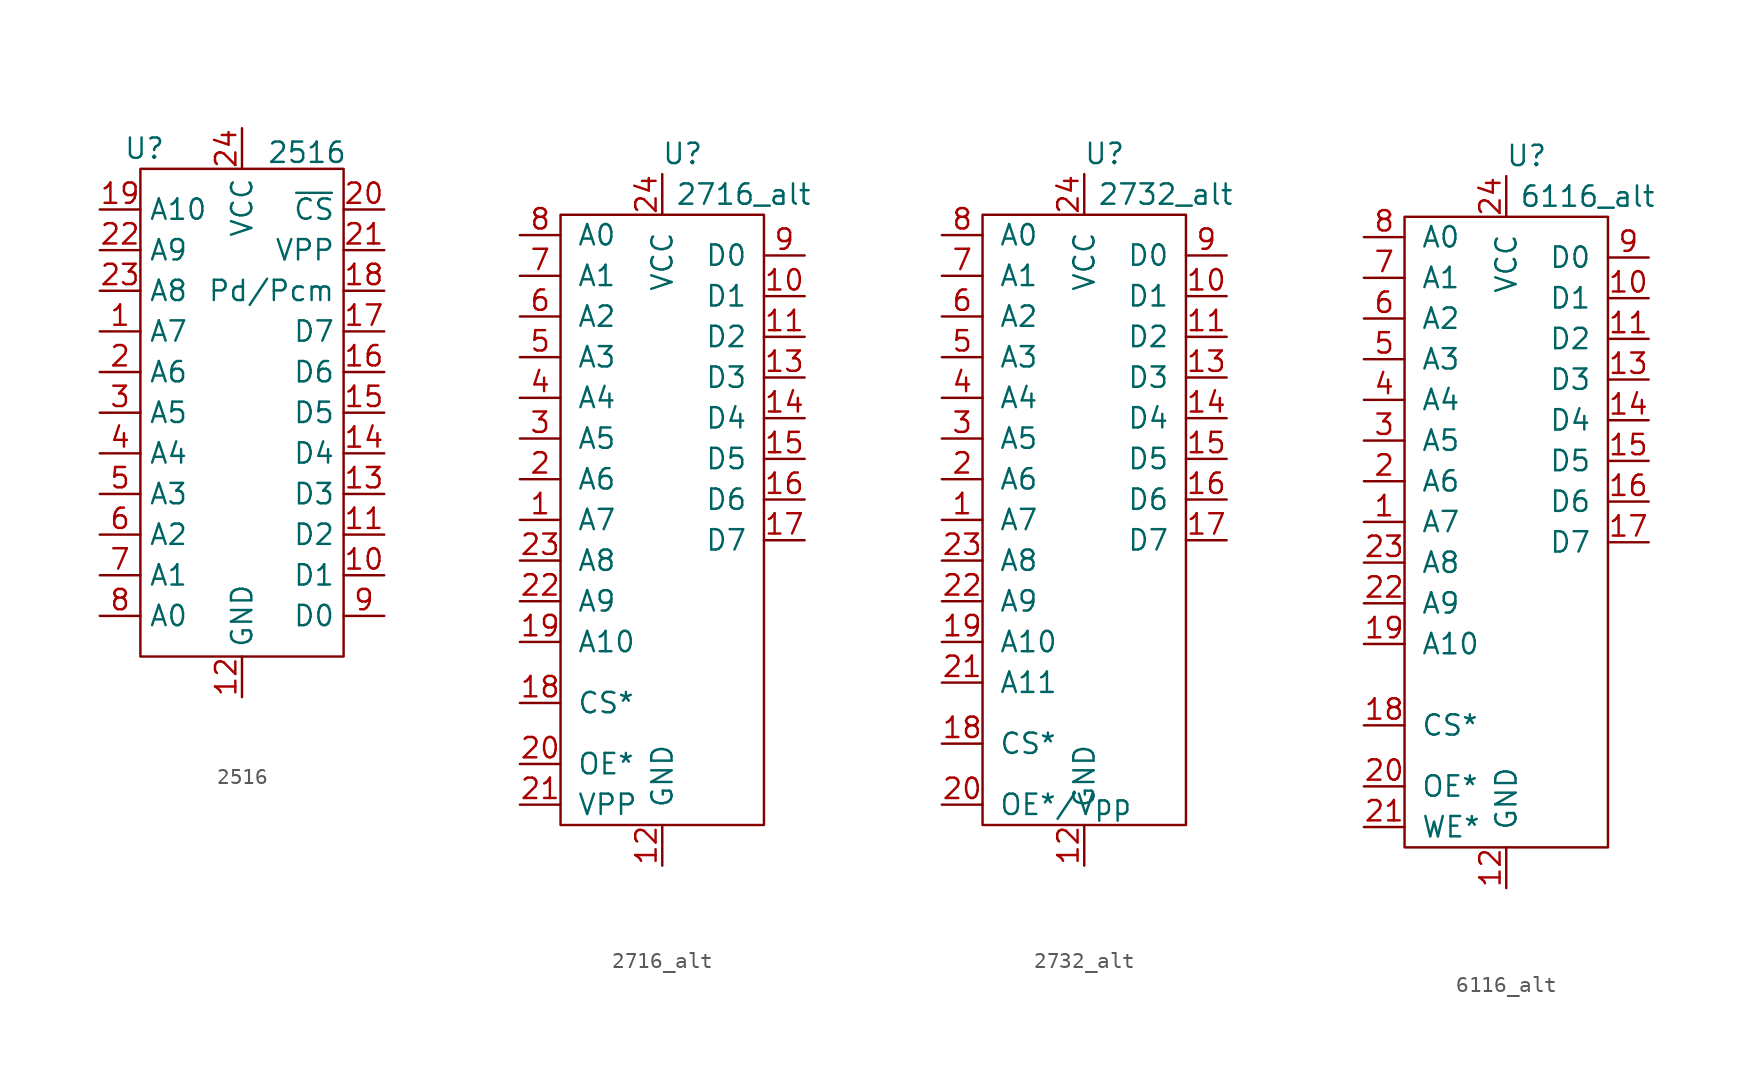
<source format=kicad_sym>
(kicad_symbol_lib
  (version 20231120)
  (generator "kicad_symbol_editor")
  (generator_version "8.0")
  (symbol "2516"
    (property "Reference" "U"
      (at -6.096 0 0)
      (effects (font (size 1.27 1.27))))
    (property "Value" "2516"
      (at 4.064 -0.254 0)
      (effects (font (size 1.27 1.27))))
    (symbol "2516_0_1"
      (rectangle (start -6.35 -1.27) (end 6.35 -31.75) (stroke (width 0) (type default)) (fill (type none))))
    (symbol "2516_1_1"
      (pin input line (at -8.89 -11.43 0) (length 2.54) (name "A7" (effects (font (size 1.27 1.27)))) (number "1" (effects (font (size 1.27 1.27)))))
      (pin bidirectional line (at 8.89 -26.67 180) (length 2.54) (name "D1" (effects (font (size 1.27 1.27)))) (number "10" (effects (font (size 1.27 1.27)))))
      (pin bidirectional line (at 8.89 -24.13 180) (length 2.54) (name "D2" (effects (font (size 1.27 1.27)))) (number "11" (effects (font (size 1.27 1.27)))))
      (pin power_in line (at 0 -34.29 90) (length 2.54) (name "GND" (effects (font (size 1.27 1.27)))) (number "12" (effects (font (size 1.27 1.27)))))
      (pin bidirectional line (at 8.89 -21.59 180) (length 2.54) (name "D3" (effects (font (size 1.27 1.27)))) (number "13" (effects (font (size 1.27 1.27)))))
      (pin bidirectional line (at 8.89 -19.05 180) (length 2.54) (name "D4" (effects (font (size 1.27 1.27)))) (number "14" (effects (font (size 1.27 1.27)))))
      (pin bidirectional line (at 8.89 -16.51 180) (length 2.54) (name "D5" (effects (font (size 1.27 1.27)))) (number "15" (effects (font (size 1.27 1.27)))))
      (pin bidirectional line (at 8.89 -13.97 180) (length 2.54) (name "D6" (effects (font (size 1.27 1.27)))) (number "16" (effects (font (size 1.27 1.27)))))
      (pin bidirectional line (at 8.89 -11.43 180) (length 2.54) (name "D7" (effects (font (size 1.27 1.27)))) (number "17" (effects (font (size 1.27 1.27)))))
      (pin input line (at 8.89 -8.89 180) (length 2.54) (name "Pd/Pcm" (effects (font (size 1.27 1.27)))) (number "18" (effects (font (size 1.27 1.27)))))
      (pin input line (at -8.89 -3.81 0) (length 2.54) (name "A10" (effects (font (size 1.27 1.27)))) (number "19" (effects (font (size 1.27 1.27)))))
      (pin input line (at -8.89 -13.97 0) (length 2.54) (name "A6" (effects (font (size 1.27 1.27)))) (number "2" (effects (font (size 1.27 1.27)))))
      (pin input line (at 8.89 -3.81 180) (length 2.54) (name "~{CS}" (effects (font (size 1.27 1.27)))) (number "20" (effects (font (size 1.27 1.27)))))
      (pin input line (at 8.89 -6.35 180) (length 2.54) (name "VPP" (effects (font (size 1.27 1.27)))) (number "21" (effects (font (size 1.27 1.27)))))
      (pin input line (at -8.89 -6.35 0) (length 2.54) (name "A9" (effects (font (size 1.27 1.27)))) (number "22" (effects (font (size 1.27 1.27)))))
      (pin input line (at -8.89 -8.89 0) (length 2.54) (name "A8" (effects (font (size 1.27 1.27)))) (number "23" (effects (font (size 1.27 1.27)))))
      (pin power_in line (at 0 1.27 270) (length 2.54) (name "VCC" (effects (font (size 1.27 1.27)))) (number "24" (effects (font (size 1.27 1.27)))))
      (pin input line (at -8.89 -16.51 0) (length 2.54) (name "A5" (effects (font (size 1.27 1.27)))) (number "3" (effects (font (size 1.27 1.27)))))
      (pin input line (at -8.89 -19.05 0) (length 2.54) (name "A4" (effects (font (size 1.27 1.27)))) (number "4" (effects (font (size 1.27 1.27)))))
      (pin input line (at -8.89 -21.59 0) (length 2.54) (name "A3" (effects (font (size 1.27 1.27)))) (number "5" (effects (font (size 1.27 1.27)))))
      (pin input line (at -8.89 -24.13 0) (length 2.54) (name "A2" (effects (font (size 1.27 1.27)))) (number "6" (effects (font (size 1.27 1.27)))))
      (pin input line (at -8.89 -26.67 0) (length 2.54) (name "A1" (effects (font (size 1.27 1.27)))) (number "7" (effects (font (size 1.27 1.27)))))
      (pin input line (at -8.89 -29.21 0) (length 2.54) (name "A0" (effects (font (size 1.27 1.27)))) (number "8" (effects (font (size 1.27 1.27)))))
      (pin bidirectional line (at 8.89 -29.21 180) (length 2.54) (name "D0" (effects (font (size 1.27 1.27)))) (number "9" (effects (font (size 1.27 1.27)))))))
  (symbol "2716_alt"
    (pin_names
      (offset 1.016))
    (property "Reference" "U"
      (at 1.27 2.54 0)
      (effects (font (size 1.27 1.27))))
    (property "Value" "2716_alt"
      (at 5.08 0 0)
      (effects (font (size 1.27 1.27))))
    (symbol "2716_alt_0_1"
      (rectangle (start -6.35 -1.27) (end 6.35 -39.37) (stroke (width 0) (type default)) (fill (type none))))
    (symbol "2716_alt_1_1"
      (pin input line (at -8.89 -20.32 0) (length 2.54) (name "A7" (effects (font (size 1.27 1.27)))) (number "1" (effects (font (size 1.27 1.27)))))
      (pin bidirectional line (at 8.89 -6.35 180) (length 2.54) (name "D1" (effects (font (size 1.27 1.27)))) (number "10" (effects (font (size 1.27 1.27)))))
      (pin bidirectional line (at 8.89 -8.89 180) (length 2.54) (name "D2" (effects (font (size 1.27 1.27)))) (number "11" (effects (font (size 1.27 1.27)))))
      (pin power_in line (at 0 -41.91 90) (length 2.54) (name "GND" (effects (font (size 1.27 1.27)))) (number "12" (effects (font (size 1.27 1.27)))))
      (pin bidirectional line (at 8.89 -11.43 180) (length 2.54) (name "D3" (effects (font (size 1.27 1.27)))) (number "13" (effects (font (size 1.27 1.27)))))
      (pin bidirectional line (at 8.89 -13.97 180) (length 2.54) (name "D4" (effects (font (size 1.27 1.27)))) (number "14" (effects (font (size 1.27 1.27)))))
      (pin bidirectional line (at 8.89 -16.51 180) (length 2.54) (name "D5" (effects (font (size 1.27 1.27)))) (number "15" (effects (font (size 1.27 1.27)))))
      (pin bidirectional line (at 8.89 -19.05 180) (length 2.54) (name "D6" (effects (font (size 1.27 1.27)))) (number "16" (effects (font (size 1.27 1.27)))))
      (pin bidirectional line (at 8.89 -21.59 180) (length 2.54) (name "D7" (effects (font (size 1.27 1.27)))) (number "17" (effects (font (size 1.27 1.27)))))
      (pin input line (at -8.89 -31.75 0) (length 2.54) (name "CS*" (effects (font (size 1.27 1.27)))) (number "18" (effects (font (size 1.27 1.27)))))
      (pin input line (at -8.89 -27.94 0) (length 2.54) (name "A10" (effects (font (size 1.27 1.27)))) (number "19" (effects (font (size 1.27 1.27)))))
      (pin input line (at -8.89 -17.78 0) (length 2.54) (name "A6" (effects (font (size 1.27 1.27)))) (number "2" (effects (font (size 1.27 1.27)))))
      (pin input line (at -8.89 -35.56 0) (length 2.54) (name "OE*" (effects (font (size 1.27 1.27)))) (number "20" (effects (font (size 1.27 1.27)))))
      (pin input line (at -8.89 -38.1 0) (length 2.54) (name "VPP" (effects (font (size 1.27 1.27)))) (number "21" (effects (font (size 1.27 1.27)))))
      (pin input line (at -8.89 -25.4 0) (length 2.54) (name "A9" (effects (font (size 1.27 1.27)))) (number "22" (effects (font (size 1.27 1.27)))))
      (pin input line (at -8.89 -22.86 0) (length 2.54) (name "A8" (effects (font (size 1.27 1.27)))) (number "23" (effects (font (size 1.27 1.27)))))
      (pin power_in line (at 0 1.27 270) (length 2.54) (name "VCC" (effects (font (size 1.27 1.27)))) (number "24" (effects (font (size 1.27 1.27)))))
      (pin input line (at -8.89 -15.24 0) (length 2.54) (name "A5" (effects (font (size 1.27 1.27)))) (number "3" (effects (font (size 1.27 1.27)))))
      (pin input line (at -8.89 -12.7 0) (length 2.54) (name "A4" (effects (font (size 1.27 1.27)))) (number "4" (effects (font (size 1.27 1.27)))))
      (pin input line (at -8.89 -10.16 0) (length 2.54) (name "A3" (effects (font (size 1.27 1.27)))) (number "5" (effects (font (size 1.27 1.27)))))
      (pin input line (at -8.89 -7.62 0) (length 2.54) (name "A2" (effects (font (size 1.27 1.27)))) (number "6" (effects (font (size 1.27 1.27)))))
      (pin input line (at -8.89 -5.08 0) (length 2.54) (name "A1" (effects (font (size 1.27 1.27)))) (number "7" (effects (font (size 1.27 1.27)))))
      (pin input line (at -8.89 -2.54 0) (length 2.54) (name "A0" (effects (font (size 1.27 1.27)))) (number "8" (effects (font (size 1.27 1.27)))))
      (pin bidirectional line (at 8.89 -3.81 180) (length 2.54) (name "D0" (effects (font (size 1.27 1.27)))) (number "9" (effects (font (size 1.27 1.27)))))))
  (symbol "2732_alt"
    (pin_names
      (offset 1.016))
    (property "Reference" "U"
      (at 1.27 2.54 0)
      (effects (font (size 1.27 1.27))))
    (property "Value" "2732_alt"
      (at 5.08 0 0)
      (effects (font (size 1.27 1.27))))
    (symbol "2732_alt_0_1"
      (rectangle (start -6.35 -1.27) (end 6.35 -39.37) (stroke (width 0) (type default)) (fill (type none))))
    (symbol "2732_alt_1_1"
      (pin input line (at -8.89 -20.32 0) (length 2.54) (name "A7" (effects (font (size 1.27 1.27)))) (number "1" (effects (font (size 1.27 1.27)))))
      (pin bidirectional line (at 8.89 -6.35 180) (length 2.54) (name "D1" (effects (font (size 1.27 1.27)))) (number "10" (effects (font (size 1.27 1.27)))))
      (pin bidirectional line (at 8.89 -8.89 180) (length 2.54) (name "D2" (effects (font (size 1.27 1.27)))) (number "11" (effects (font (size 1.27 1.27)))))
      (pin power_in line (at 0 -41.91 90) (length 2.54) (name "GND" (effects (font (size 1.27 1.27)))) (number "12" (effects (font (size 1.27 1.27)))))
      (pin bidirectional line (at 8.89 -11.43 180) (length 2.54) (name "D3" (effects (font (size 1.27 1.27)))) (number "13" (effects (font (size 1.27 1.27)))))
      (pin bidirectional line (at 8.89 -13.97 180) (length 2.54) (name "D4" (effects (font (size 1.27 1.27)))) (number "14" (effects (font (size 1.27 1.27)))))
      (pin bidirectional line (at 8.89 -16.51 180) (length 2.54) (name "D5" (effects (font (size 1.27 1.27)))) (number "15" (effects (font (size 1.27 1.27)))))
      (pin bidirectional line (at 8.89 -19.05 180) (length 2.54) (name "D6" (effects (font (size 1.27 1.27)))) (number "16" (effects (font (size 1.27 1.27)))))
      (pin bidirectional line (at 8.89 -21.59 180) (length 2.54) (name "D7" (effects (font (size 1.27 1.27)))) (number "17" (effects (font (size 1.27 1.27)))))
      (pin input line (at -8.89 -34.29 0) (length 2.54) (name "CS*" (effects (font (size 1.27 1.27)))) (number "18" (effects (font (size 1.27 1.27)))))
      (pin input line (at -8.89 -27.94 0) (length 2.54) (name "A10" (effects (font (size 1.27 1.27)))) (number "19" (effects (font (size 1.27 1.27)))))
      (pin input line (at -8.89 -17.78 0) (length 2.54) (name "A6" (effects (font (size 1.27 1.27)))) (number "2" (effects (font (size 1.27 1.27)))))
      (pin input line (at -8.89 -38.1 0) (length 2.54) (name "OE*/Vpp" (effects (font (size 1.27 1.27)))) (number "20" (effects (font (size 1.27 1.27)))))
      (pin input line (at -8.89 -30.48 0) (length 2.54) (name "A11" (effects (font (size 1.27 1.27)))) (number "21" (effects (font (size 1.27 1.27)))))
      (pin input line (at -8.89 -25.4 0) (length 2.54) (name "A9" (effects (font (size 1.27 1.27)))) (number "22" (effects (font (size 1.27 1.27)))))
      (pin input line (at -8.89 -22.86 0) (length 2.54) (name "A8" (effects (font (size 1.27 1.27)))) (number "23" (effects (font (size 1.27 1.27)))))
      (pin power_in line (at 0 1.27 270) (length 2.54) (name "VCC" (effects (font (size 1.27 1.27)))) (number "24" (effects (font (size 1.27 1.27)))))
      (pin input line (at -8.89 -15.24 0) (length 2.54) (name "A5" (effects (font (size 1.27 1.27)))) (number "3" (effects (font (size 1.27 1.27)))))
      (pin input line (at -8.89 -12.7 0) (length 2.54) (name "A4" (effects (font (size 1.27 1.27)))) (number "4" (effects (font (size 1.27 1.27)))))
      (pin input line (at -8.89 -10.16 0) (length 2.54) (name "A3" (effects (font (size 1.27 1.27)))) (number "5" (effects (font (size 1.27 1.27)))))
      (pin input line (at -8.89 -7.62 0) (length 2.54) (name "A2" (effects (font (size 1.27 1.27)))) (number "6" (effects (font (size 1.27 1.27)))))
      (pin input line (at -8.89 -5.08 0) (length 2.54) (name "A1" (effects (font (size 1.27 1.27)))) (number "7" (effects (font (size 1.27 1.27)))))
      (pin input line (at -8.89 -2.54 0) (length 2.54) (name "A0" (effects (font (size 1.27 1.27)))) (number "8" (effects (font (size 1.27 1.27)))))
      (pin bidirectional line (at 8.89 -3.81 180) (length 2.54) (name "D0" (effects (font (size 1.27 1.27)))) (number "9" (effects (font (size 1.27 1.27)))))))
  (symbol "6116_alt"
    (pin_names
      (offset 1.016))
    (property "Reference" "U"
      (at 1.27 2.54 0)
      (effects (font (size 1.27 1.27))))
    (property "Value" "6116_alt"
      (at 5.08 0 0)
      (effects (font (size 1.27 1.27))))
    (symbol "6116_alt_0_1"
      (rectangle (start -6.35 -1.27) (end 6.35 -40.64) (stroke (width 0) (type default)) (fill (type none))))
    (symbol "6116_alt_1_1"
      (pin input line (at -8.89 -20.32 0) (length 2.54) (name "A7" (effects (font (size 1.27 1.27)))) (number "1" (effects (font (size 1.27 1.27)))))
      (pin bidirectional line (at 8.89 -6.35 180) (length 2.54) (name "D1" (effects (font (size 1.27 1.27)))) (number "10" (effects (font (size 1.27 1.27)))))
      (pin bidirectional line (at 8.89 -8.89 180) (length 2.54) (name "D2" (effects (font (size 1.27 1.27)))) (number "11" (effects (font (size 1.27 1.27)))))
      (pin power_in line (at 0 -43.18 90) (length 2.54) (name "GND" (effects (font (size 1.27 1.27)))) (number "12" (effects (font (size 1.27 1.27)))))
      (pin bidirectional line (at 8.89 -11.43 180) (length 2.54) (name "D3" (effects (font (size 1.27 1.27)))) (number "13" (effects (font (size 1.27 1.27)))))
      (pin bidirectional line (at 8.89 -13.97 180) (length 2.54) (name "D4" (effects (font (size 1.27 1.27)))) (number "14" (effects (font (size 1.27 1.27)))))
      (pin bidirectional line (at 8.89 -16.51 180) (length 2.54) (name "D5" (effects (font (size 1.27 1.27)))) (number "15" (effects (font (size 1.27 1.27)))))
      (pin bidirectional line (at 8.89 -19.05 180) (length 2.54) (name "D6" (effects (font (size 1.27 1.27)))) (number "16" (effects (font (size 1.27 1.27)))))
      (pin bidirectional line (at 8.89 -21.59 180) (length 2.54) (name "D7" (effects (font (size 1.27 1.27)))) (number "17" (effects (font (size 1.27 1.27)))))
      (pin input line (at -8.89 -33.02 0) (length 2.54) (name "CS*" (effects (font (size 1.27 1.27)))) (number "18" (effects (font (size 1.27 1.27)))))
      (pin input line (at -8.89 -27.94 0) (length 2.54) (name "A10" (effects (font (size 1.27 1.27)))) (number "19" (effects (font (size 1.27 1.27)))))
      (pin input line (at -8.89 -17.78 0) (length 2.54) (name "A6" (effects (font (size 1.27 1.27)))) (number "2" (effects (font (size 1.27 1.27)))))
      (pin input line (at -8.89 -36.83 0) (length 2.54) (name "OE*" (effects (font (size 1.27 1.27)))) (number "20" (effects (font (size 1.27 1.27)))))
      (pin input line (at -8.89 -39.37 0) (length 2.54) (name "WE*" (effects (font (size 1.27 1.27)))) (number "21" (effects (font (size 1.27 1.27)))))
      (pin input line (at -8.89 -25.4 0) (length 2.54) (name "A9" (effects (font (size 1.27 1.27)))) (number "22" (effects (font (size 1.27 1.27)))))
      (pin input line (at -8.89 -22.86 0) (length 2.54) (name "A8" (effects (font (size 1.27 1.27)))) (number "23" (effects (font (size 1.27 1.27)))))
      (pin power_in line (at 0 1.27 270) (length 2.54) (name "VCC" (effects (font (size 1.27 1.27)))) (number "24" (effects (font (size 1.27 1.27)))))
      (pin input line (at -8.89 -15.24 0) (length 2.54) (name "A5" (effects (font (size 1.27 1.27)))) (number "3" (effects (font (size 1.27 1.27)))))
      (pin input line (at -8.89 -12.7 0) (length 2.54) (name "A4" (effects (font (size 1.27 1.27)))) (number "4" (effects (font (size 1.27 1.27)))))
      (pin input line (at -8.89 -10.16 0) (length 2.54) (name "A3" (effects (font (size 1.27 1.27)))) (number "5" (effects (font (size 1.27 1.27)))))
      (pin input line (at -8.89 -7.62 0) (length 2.54) (name "A2" (effects (font (size 1.27 1.27)))) (number "6" (effects (font (size 1.27 1.27)))))
      (pin input line (at -8.89 -5.08 0) (length 2.54) (name "A1" (effects (font (size 1.27 1.27)))) (number "7" (effects (font (size 1.27 1.27)))))
      (pin input line (at -8.89 -2.54 0) (length 2.54) (name "A0" (effects (font (size 1.27 1.27)))) (number "8" (effects (font (size 1.27 1.27)))))
      (pin bidirectional line (at 8.89 -3.81 180) (length 2.54) (name "D0" (effects (font (size 1.27 1.27)))) (number "9" (effects (font (size 1.27 1.27))))))))
</source>
